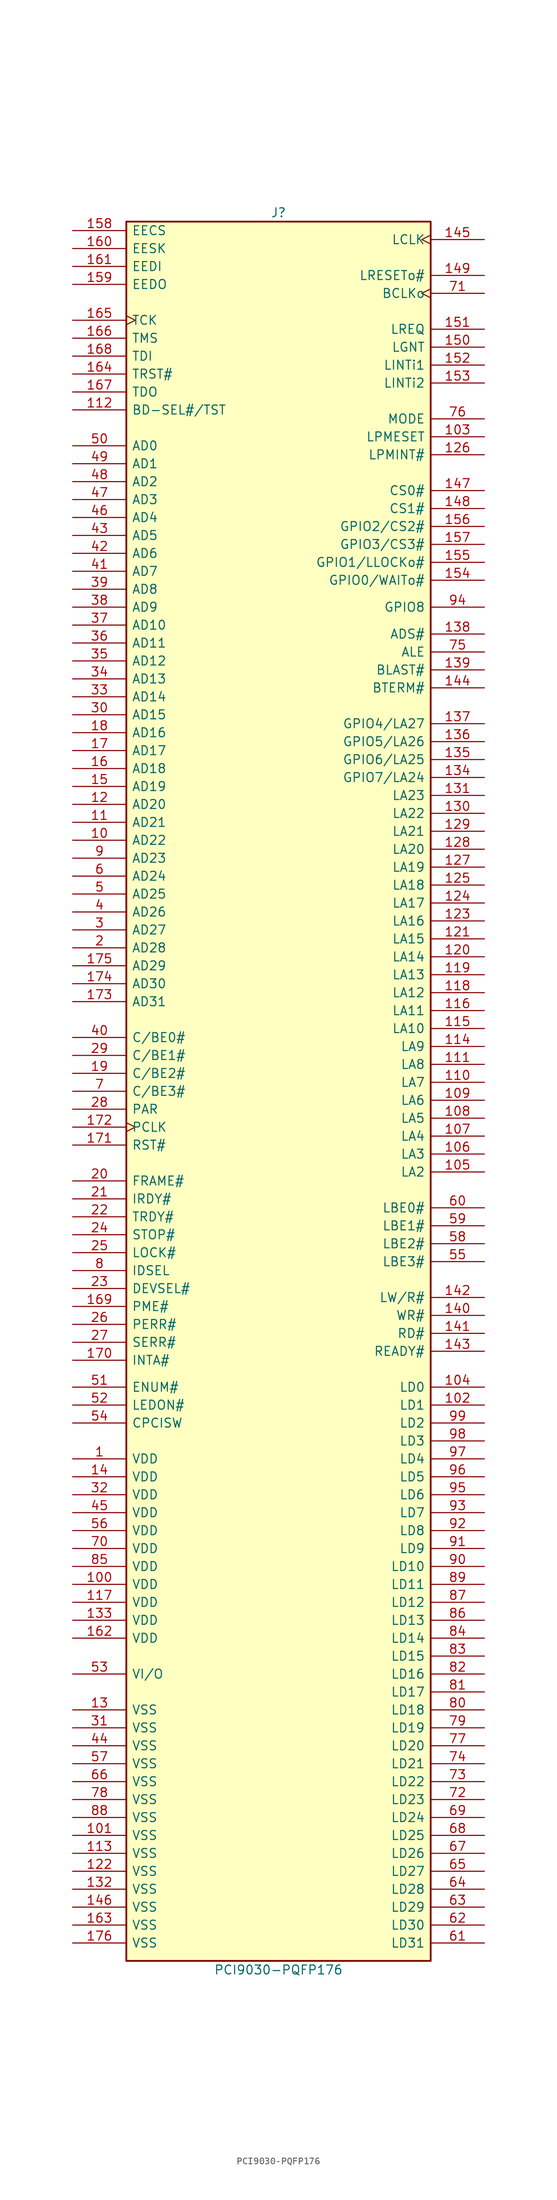
<source format=kicad_sym>
(kicad_symbol_lib
  (version 20211014)
  (generator kicad_symbol_editor)
  (symbol "PCI9030-PQFP176"
    (pin_names
      (offset 0.762))
    (property "Reference" "J"
      (at 0 124.46 0)
      (effects (font (size 1.27 1.27))))
    (property "Value" "PCI9030-PQFP176"
      (at 0 -124.46 0)
      (effects (font (size 1.27 1.27))))
    (symbol "PCI9030-PQFP176_0_1"
      (rectangle (start -21.59 123.19) (end 21.59 -123.19) (stroke (width 0.254) (type default) (color 0 0 0 0)) (fill (type background))))
    (symbol "PCI9030-PQFP176_1_1"
      (pin power_in line (at -29.21 -52.07 0) (length 7.62) (name "VDD" (effects (font (size 1.27 1.27)))) (number "1" (effects (font (size 1.27 1.27)))))
      (pin bidirectional line (at -29.21 35.56 0) (length 7.62) (name "AD22" (effects (font (size 1.27 1.27)))) (number "10" (effects (font (size 1.27 1.27)))))
      (pin power_in line (at -29.21 -69.85 0) (length 7.62) (name "VDD" (effects (font (size 1.27 1.27)))) (number "100" (effects (font (size 1.27 1.27)))))
      (pin power_in line (at -29.21 -105.41 0) (length 7.62) (name "VSS" (effects (font (size 1.27 1.27)))) (number "101" (effects (font (size 1.27 1.27)))))
      (pin bidirectional line (at 29.21 -44.45 180) (length 7.62) (name "LD1" (effects (font (size 1.27 1.27)))) (number "102" (effects (font (size 1.27 1.27)))))
      (pin input line (at 29.21 92.71 180) (length 7.62) (name "LPMESET" (effects (font (size 1.27 1.27)))) (number "103" (effects (font (size 1.27 1.27)))))
      (pin bidirectional line (at 29.21 -41.91 180) (length 7.62) (name "LD0" (effects (font (size 1.27 1.27)))) (number "104" (effects (font (size 1.27 1.27)))))
      (pin output line (at 29.21 -11.43 180) (length 7.62) (name "LA2" (effects (font (size 1.27 1.27)))) (number "105" (effects (font (size 1.27 1.27)))))
      (pin output line (at 29.21 -8.89 180) (length 7.62) (name "LA3" (effects (font (size 1.27 1.27)))) (number "106" (effects (font (size 1.27 1.27)))))
      (pin output line (at 29.21 -6.35 180) (length 7.62) (name "LA4" (effects (font (size 1.27 1.27)))) (number "107" (effects (font (size 1.27 1.27)))))
      (pin output line (at 29.21 -3.81 180) (length 7.62) (name "LA5" (effects (font (size 1.27 1.27)))) (number "108" (effects (font (size 1.27 1.27)))))
      (pin output line (at 29.21 -1.27 180) (length 7.62) (name "LA6" (effects (font (size 1.27 1.27)))) (number "109" (effects (font (size 1.27 1.27)))))
      (pin bidirectional line (at -29.21 38.1 0) (length 7.62) (name "AD21" (effects (font (size 1.27 1.27)))) (number "11" (effects (font (size 1.27 1.27)))))
      (pin output line (at 29.21 1.27 180) (length 7.62) (name "LA7" (effects (font (size 1.27 1.27)))) (number "110" (effects (font (size 1.27 1.27)))))
      (pin output line (at 29.21 3.81 180) (length 7.62) (name "LA8" (effects (font (size 1.27 1.27)))) (number "111" (effects (font (size 1.27 1.27)))))
      (pin input line (at -29.21 96.52 0) (length 7.62) (name "BD-SEL#/TST" (effects (font (size 1.27 1.27)))) (number "112" (effects (font (size 1.27 1.27)))))
      (pin power_in line (at -29.21 -107.95 0) (length 7.62) (name "VSS" (effects (font (size 1.27 1.27)))) (number "113" (effects (font (size 1.27 1.27)))))
      (pin output line (at 29.21 6.35 180) (length 7.62) (name "LA9" (effects (font (size 1.27 1.27)))) (number "114" (effects (font (size 1.27 1.27)))))
      (pin input line (at 29.21 8.89 180) (length 7.62) (name "LA10" (effects (font (size 1.27 1.27)))) (number "115" (effects (font (size 1.27 1.27)))))
      (pin output line (at 29.21 11.43 180) (length 7.62) (name "LA11" (effects (font (size 1.27 1.27)))) (number "116" (effects (font (size 1.27 1.27)))))
      (pin power_in line (at -29.21 -72.39 0) (length 7.62) (name "VDD" (effects (font (size 1.27 1.27)))) (number "117" (effects (font (size 1.27 1.27)))))
      (pin output line (at 29.21 13.97 180) (length 7.62) (name "LA12" (effects (font (size 1.27 1.27)))) (number "118" (effects (font (size 1.27 1.27)))))
      (pin output line (at 29.21 16.51 180) (length 7.62) (name "LA13" (effects (font (size 1.27 1.27)))) (number "119" (effects (font (size 1.27 1.27)))))
      (pin bidirectional line (at -29.21 40.64 0) (length 7.62) (name "AD20" (effects (font (size 1.27 1.27)))) (number "12" (effects (font (size 1.27 1.27)))))
      (pin output line (at 29.21 19.05 180) (length 7.62) (name "LA14" (effects (font (size 1.27 1.27)))) (number "120" (effects (font (size 1.27 1.27)))))
      (pin output line (at 29.21 21.59 180) (length 7.62) (name "LA15" (effects (font (size 1.27 1.27)))) (number "121" (effects (font (size 1.27 1.27)))))
      (pin power_in line (at -29.21 -110.49 0) (length 7.62) (name "VSS" (effects (font (size 1.27 1.27)))) (number "122" (effects (font (size 1.27 1.27)))))
      (pin output line (at 29.21 24.13 180) (length 7.62) (name "LA16" (effects (font (size 1.27 1.27)))) (number "123" (effects (font (size 1.27 1.27)))))
      (pin output line (at 29.21 26.67 180) (length 7.62) (name "LA17" (effects (font (size 1.27 1.27)))) (number "124" (effects (font (size 1.27 1.27)))))
      (pin output line (at 29.21 29.21 180) (length 7.62) (name "LA18" (effects (font (size 1.27 1.27)))) (number "125" (effects (font (size 1.27 1.27)))))
      (pin output line (at 29.21 90.17 180) (length 7.62) (name "LPMINT#" (effects (font (size 1.27 1.27)))) (number "126" (effects (font (size 1.27 1.27)))))
      (pin output line (at 29.21 31.75 180) (length 7.62) (name "LA19" (effects (font (size 1.27 1.27)))) (number "127" (effects (font (size 1.27 1.27)))))
      (pin output line (at 29.21 34.29 180) (length 7.62) (name "LA20" (effects (font (size 1.27 1.27)))) (number "128" (effects (font (size 1.27 1.27)))))
      (pin output line (at 29.21 36.83 180) (length 7.62) (name "LA21" (effects (font (size 1.27 1.27)))) (number "129" (effects (font (size 1.27 1.27)))))
      (pin power_in line (at -29.21 -87.63 0) (length 7.62) (name "VSS" (effects (font (size 1.27 1.27)))) (number "13" (effects (font (size 1.27 1.27)))))
      (pin output line (at 29.21 39.37 180) (length 7.62) (name "LA22" (effects (font (size 1.27 1.27)))) (number "130" (effects (font (size 1.27 1.27)))))
      (pin output line (at 29.21 41.91 180) (length 7.62) (name "LA23" (effects (font (size 1.27 1.27)))) (number "131" (effects (font (size 1.27 1.27)))))
      (pin power_in line (at -29.21 -113.03 0) (length 7.62) (name "VSS" (effects (font (size 1.27 1.27)))) (number "132" (effects (font (size 1.27 1.27)))))
      (pin power_in line (at -29.21 -74.93 0) (length 7.62) (name "VDD" (effects (font (size 1.27 1.27)))) (number "133" (effects (font (size 1.27 1.27)))))
      (pin bidirectional line (at 29.21 44.45 180) (length 7.62) (name "GPIO7/LA24" (effects (font (size 1.27 1.27)))) (number "134" (effects (font (size 1.27 1.27)))))
      (pin bidirectional line (at 29.21 46.99 180) (length 7.62) (name "GPIO6/LA25" (effects (font (size 1.27 1.27)))) (number "135" (effects (font (size 1.27 1.27)))))
      (pin bidirectional line (at 29.21 49.53 180) (length 7.62) (name "GPIO5/LA26" (effects (font (size 1.27 1.27)))) (number "136" (effects (font (size 1.27 1.27)))))
      (pin bidirectional line (at 29.21 52.07 180) (length 7.62) (name "GPIO4/LA27" (effects (font (size 1.27 1.27)))) (number "137" (effects (font (size 1.27 1.27)))))
      (pin output line (at 29.21 64.77 180) (length 7.62) (name "ADS#" (effects (font (size 1.27 1.27)))) (number "138" (effects (font (size 1.27 1.27)))))
      (pin output line (at 29.21 59.69 180) (length 7.62) (name "BLAST#" (effects (font (size 1.27 1.27)))) (number "139" (effects (font (size 1.27 1.27)))))
      (pin power_in line (at -29.21 -54.61 0) (length 7.62) (name "VDD" (effects (font (size 1.27 1.27)))) (number "14" (effects (font (size 1.27 1.27)))))
      (pin output line (at 29.21 -31.75 180) (length 7.62) (name "WR#" (effects (font (size 1.27 1.27)))) (number "140" (effects (font (size 1.27 1.27)))))
      (pin output line (at 29.21 -34.29 180) (length 7.62) (name "RD#" (effects (font (size 1.27 1.27)))) (number "141" (effects (font (size 1.27 1.27)))))
      (pin output line (at 29.21 -29.21 180) (length 7.62) (name "LW/R#" (effects (font (size 1.27 1.27)))) (number "142" (effects (font (size 1.27 1.27)))))
      (pin input line (at 29.21 -36.83 180) (length 7.62) (name "READY#" (effects (font (size 1.27 1.27)))) (number "143" (effects (font (size 1.27 1.27)))))
      (pin input line (at 29.21 57.15 180) (length 7.62) (name "BTERM#" (effects (font (size 1.27 1.27)))) (number "144" (effects (font (size 1.27 1.27)))))
      (pin input clock (at 29.21 120.65 180) (length 7.62) (name "LCLK" (effects (font (size 1.27 1.27)))) (number "145" (effects (font (size 1.27 1.27)))))
      (pin power_in line (at -29.21 -115.57 0) (length 7.62) (name "VSS" (effects (font (size 1.27 1.27)))) (number "146" (effects (font (size 1.27 1.27)))))
      (pin output line (at 29.21 85.09 180) (length 7.62) (name "CS0#" (effects (font (size 1.27 1.27)))) (number "147" (effects (font (size 1.27 1.27)))))
      (pin output line (at 29.21 82.55 180) (length 7.62) (name "CS1#" (effects (font (size 1.27 1.27)))) (number "148" (effects (font (size 1.27 1.27)))))
      (pin output line (at 29.21 115.57 180) (length 7.62) (name "LRESETo#" (effects (font (size 1.27 1.27)))) (number "149" (effects (font (size 1.27 1.27)))))
      (pin bidirectional line (at -29.21 43.18 0) (length 7.62) (name "AD19" (effects (font (size 1.27 1.27)))) (number "15" (effects (font (size 1.27 1.27)))))
      (pin output line (at 29.21 105.41 180) (length 7.62) (name "LGNT" (effects (font (size 1.27 1.27)))) (number "150" (effects (font (size 1.27 1.27)))))
      (pin input line (at 29.21 107.95 180) (length 7.62) (name "LREQ" (effects (font (size 1.27 1.27)))) (number "151" (effects (font (size 1.27 1.27)))))
      (pin input line (at 29.21 102.87 180) (length 7.62) (name "LINTi1" (effects (font (size 1.27 1.27)))) (number "152" (effects (font (size 1.27 1.27)))))
      (pin input line (at 29.21 100.33 180) (length 7.62) (name "LINTi2" (effects (font (size 1.27 1.27)))) (number "153" (effects (font (size 1.27 1.27)))))
      (pin bidirectional line (at 29.21 72.39 180) (length 7.62) (name "GPIO0/WAITo#" (effects (font (size 1.27 1.27)))) (number "154" (effects (font (size 1.27 1.27)))))
      (pin bidirectional line (at 29.21 74.93 180) (length 7.62) (name "GPIO1/LLOCKo#" (effects (font (size 1.27 1.27)))) (number "155" (effects (font (size 1.27 1.27)))))
      (pin bidirectional line (at 29.21 80.01 180) (length 7.62) (name "GPIO2/CS2#" (effects (font (size 1.27 1.27)))) (number "156" (effects (font (size 1.27 1.27)))))
      (pin bidirectional line (at 29.21 77.47 180) (length 7.62) (name "GPIO3/CS3#" (effects (font (size 1.27 1.27)))) (number "157" (effects (font (size 1.27 1.27)))))
      (pin output line (at -29.21 121.92 0) (length 7.62) (name "EECS" (effects (font (size 1.27 1.27)))) (number "158" (effects (font (size 1.27 1.27)))))
      (pin input line (at -29.21 114.3 0) (length 7.62) (name "EEDO" (effects (font (size 1.27 1.27)))) (number "159" (effects (font (size 1.27 1.27)))))
      (pin bidirectional line (at -29.21 45.72 0) (length 7.62) (name "AD18" (effects (font (size 1.27 1.27)))) (number "16" (effects (font (size 1.27 1.27)))))
      (pin output line (at -29.21 119.38 0) (length 7.62) (name "EESK" (effects (font (size 1.27 1.27)))) (number "160" (effects (font (size 1.27 1.27)))))
      (pin output line (at -29.21 116.84 0) (length 7.62) (name "EEDI" (effects (font (size 1.27 1.27)))) (number "161" (effects (font (size 1.27 1.27)))))
      (pin power_in line (at -29.21 -77.47 0) (length 7.62) (name "VDD" (effects (font (size 1.27 1.27)))) (number "162" (effects (font (size 1.27 1.27)))))
      (pin power_in line (at -29.21 -118.11 0) (length 7.62) (name "VSS" (effects (font (size 1.27 1.27)))) (number "163" (effects (font (size 1.27 1.27)))))
      (pin input line (at -29.21 101.6 0) (length 7.62) (name "TRST#" (effects (font (size 1.27 1.27)))) (number "164" (effects (font (size 1.27 1.27)))))
      (pin input clock (at -29.21 109.22 0) (length 7.62) (name "TCK" (effects (font (size 1.27 1.27)))) (number "165" (effects (font (size 1.27 1.27)))))
      (pin input line (at -29.21 106.68 0) (length 7.62) (name "TMS" (effects (font (size 1.27 1.27)))) (number "166" (effects (font (size 1.27 1.27)))))
      (pin output line (at -29.21 99.06 0) (length 7.62) (name "TDO" (effects (font (size 1.27 1.27)))) (number "167" (effects (font (size 1.27 1.27)))))
      (pin input line (at -29.21 104.14 0) (length 7.62) (name "TDI" (effects (font (size 1.27 1.27)))) (number "168" (effects (font (size 1.27 1.27)))))
      (pin output line (at -29.21 -30.48 0) (length 7.62) (name "PME#" (effects (font (size 1.27 1.27)))) (number "169" (effects (font (size 1.27 1.27)))))
      (pin bidirectional line (at -29.21 48.26 0) (length 7.62) (name "AD17" (effects (font (size 1.27 1.27)))) (number "17" (effects (font (size 1.27 1.27)))))
      (pin output line (at -29.21 -38.1 0) (length 7.62) (name "INTA#" (effects (font (size 1.27 1.27)))) (number "170" (effects (font (size 1.27 1.27)))))
      (pin input line (at -29.21 -7.62 0) (length 7.62) (name "RST#" (effects (font (size 1.27 1.27)))) (number "171" (effects (font (size 1.27 1.27)))))
      (pin input clock (at -29.21 -5.08 0) (length 7.62) (name "PCLK" (effects (font (size 1.27 1.27)))) (number "172" (effects (font (size 1.27 1.27)))))
      (pin bidirectional line (at -29.21 12.7 0) (length 7.62) (name "AD31" (effects (font (size 1.27 1.27)))) (number "173" (effects (font (size 1.27 1.27)))))
      (pin bidirectional line (at -29.21 15.24 0) (length 7.62) (name "AD30" (effects (font (size 1.27 1.27)))) (number "174" (effects (font (size 1.27 1.27)))))
      (pin bidirectional line (at -29.21 17.78 0) (length 7.62) (name "AD29" (effects (font (size 1.27 1.27)))) (number "175" (effects (font (size 1.27 1.27)))))
      (pin power_in line (at -29.21 -120.65 0) (length 7.62) (name "VSS" (effects (font (size 1.27 1.27)))) (number "176" (effects (font (size 1.27 1.27)))))
      (pin bidirectional line (at -29.21 50.8 0) (length 7.62) (name "AD16" (effects (font (size 1.27 1.27)))) (number "18" (effects (font (size 1.27 1.27)))))
      (pin bidirectional line (at -29.21 2.54 0) (length 7.62) (name "C/BE2#" (effects (font (size 1.27 1.27)))) (number "19" (effects (font (size 1.27 1.27)))))
      (pin bidirectional line (at -29.21 20.32 0) (length 7.62) (name "AD28" (effects (font (size 1.27 1.27)))) (number "2" (effects (font (size 1.27 1.27)))))
      (pin bidirectional line (at -29.21 -12.7 0) (length 7.62) (name "FRAME#" (effects (font (size 1.27 1.27)))) (number "20" (effects (font (size 1.27 1.27)))))
      (pin bidirectional line (at -29.21 -15.24 0) (length 7.62) (name "IRDY#" (effects (font (size 1.27 1.27)))) (number "21" (effects (font (size 1.27 1.27)))))
      (pin bidirectional line (at -29.21 -17.78 0) (length 7.62) (name "TRDY#" (effects (font (size 1.27 1.27)))) (number "22" (effects (font (size 1.27 1.27)))))
      (pin bidirectional line (at -29.21 -27.94 0) (length 7.62) (name "DEVSEL#" (effects (font (size 1.27 1.27)))) (number "23" (effects (font (size 1.27 1.27)))))
      (pin bidirectional line (at -29.21 -20.32 0) (length 7.62) (name "STOP#" (effects (font (size 1.27 1.27)))) (number "24" (effects (font (size 1.27 1.27)))))
      (pin input line (at -29.21 -22.86 0) (length 7.62) (name "LOCK#" (effects (font (size 1.27 1.27)))) (number "25" (effects (font (size 1.27 1.27)))))
      (pin output line (at -29.21 -33.02 0) (length 7.62) (name "PERR#" (effects (font (size 1.27 1.27)))) (number "26" (effects (font (size 1.27 1.27)))))
      (pin output line (at -29.21 -35.56 0) (length 7.62) (name "SERR#" (effects (font (size 1.27 1.27)))) (number "27" (effects (font (size 1.27 1.27)))))
      (pin bidirectional line (at -29.21 -2.54 0) (length 7.62) (name "PAR" (effects (font (size 1.27 1.27)))) (number "28" (effects (font (size 1.27 1.27)))))
      (pin bidirectional line (at -29.21 5.08 0) (length 7.62) (name "C/BE1#" (effects (font (size 1.27 1.27)))) (number "29" (effects (font (size 1.27 1.27)))))
      (pin bidirectional line (at -29.21 22.86 0) (length 7.62) (name "AD27" (effects (font (size 1.27 1.27)))) (number "3" (effects (font (size 1.27 1.27)))))
      (pin bidirectional line (at -29.21 53.34 0) (length 7.62) (name "AD15" (effects (font (size 1.27 1.27)))) (number "30" (effects (font (size 1.27 1.27)))))
      (pin power_in line (at -29.21 -90.17 0) (length 7.62) (name "VSS" (effects (font (size 1.27 1.27)))) (number "31" (effects (font (size 1.27 1.27)))))
      (pin power_in line (at -29.21 -57.15 0) (length 7.62) (name "VDD" (effects (font (size 1.27 1.27)))) (number "32" (effects (font (size 1.27 1.27)))))
      (pin bidirectional line (at -29.21 55.88 0) (length 7.62) (name "AD14" (effects (font (size 1.27 1.27)))) (number "33" (effects (font (size 1.27 1.27)))))
      (pin bidirectional line (at -29.21 58.42 0) (length 7.62) (name "AD13" (effects (font (size 1.27 1.27)))) (number "34" (effects (font (size 1.27 1.27)))))
      (pin bidirectional line (at -29.21 60.96 0) (length 7.62) (name "AD12" (effects (font (size 1.27 1.27)))) (number "35" (effects (font (size 1.27 1.27)))))
      (pin bidirectional line (at -29.21 63.5 0) (length 7.62) (name "AD11" (effects (font (size 1.27 1.27)))) (number "36" (effects (font (size 1.27 1.27)))))
      (pin bidirectional line (at -29.21 66.04 0) (length 7.62) (name "AD10" (effects (font (size 1.27 1.27)))) (number "37" (effects (font (size 1.27 1.27)))))
      (pin bidirectional line (at -29.21 68.58 0) (length 7.62) (name "AD9" (effects (font (size 1.27 1.27)))) (number "38" (effects (font (size 1.27 1.27)))))
      (pin bidirectional line (at -29.21 71.12 0) (length 7.62) (name "AD8" (effects (font (size 1.27 1.27)))) (number "39" (effects (font (size 1.27 1.27)))))
      (pin bidirectional line (at -29.21 25.4 0) (length 7.62) (name "AD26" (effects (font (size 1.27 1.27)))) (number "4" (effects (font (size 1.27 1.27)))))
      (pin bidirectional line (at -29.21 7.62 0) (length 7.62) (name "C/BE0#" (effects (font (size 1.27 1.27)))) (number "40" (effects (font (size 1.27 1.27)))))
      (pin bidirectional line (at -29.21 73.66 0) (length 7.62) (name "AD7" (effects (font (size 1.27 1.27)))) (number "41" (effects (font (size 1.27 1.27)))))
      (pin bidirectional line (at -29.21 76.2 0) (length 7.62) (name "AD6" (effects (font (size 1.27 1.27)))) (number "42" (effects (font (size 1.27 1.27)))))
      (pin bidirectional line (at -29.21 78.74 0) (length 7.62) (name "AD5" (effects (font (size 1.27 1.27)))) (number "43" (effects (font (size 1.27 1.27)))))
      (pin power_in line (at -29.21 -92.71 0) (length 7.62) (name "VSS" (effects (font (size 1.27 1.27)))) (number "44" (effects (font (size 1.27 1.27)))))
      (pin power_in line (at -29.21 -59.69 0) (length 7.62) (name "VDD" (effects (font (size 1.27 1.27)))) (number "45" (effects (font (size 1.27 1.27)))))
      (pin bidirectional line (at -29.21 81.28 0) (length 7.62) (name "AD4" (effects (font (size 1.27 1.27)))) (number "46" (effects (font (size 1.27 1.27)))))
      (pin bidirectional line (at -29.21 83.82 0) (length 7.62) (name "AD3" (effects (font (size 1.27 1.27)))) (number "47" (effects (font (size 1.27 1.27)))))
      (pin bidirectional line (at -29.21 86.36 0) (length 7.62) (name "AD2" (effects (font (size 1.27 1.27)))) (number "48" (effects (font (size 1.27 1.27)))))
      (pin bidirectional line (at -29.21 88.9 0) (length 7.62) (name "AD1" (effects (font (size 1.27 1.27)))) (number "49" (effects (font (size 1.27 1.27)))))
      (pin bidirectional line (at -29.21 27.94 0) (length 7.62) (name "AD25" (effects (font (size 1.27 1.27)))) (number "5" (effects (font (size 1.27 1.27)))))
      (pin bidirectional line (at -29.21 91.44 0) (length 7.62) (name "AD0" (effects (font (size 1.27 1.27)))) (number "50" (effects (font (size 1.27 1.27)))))
      (pin output line (at -29.21 -41.91 0) (length 7.62) (name "ENUM#" (effects (font (size 1.27 1.27)))) (number "51" (effects (font (size 1.27 1.27)))))
      (pin output line (at -29.21 -44.45 0) (length 7.62) (name "LEDON#" (effects (font (size 1.27 1.27)))) (number "52" (effects (font (size 1.27 1.27)))))
      (pin power_in line (at -29.21 -82.55 0) (length 7.62) (name "VI/O" (effects (font (size 1.27 1.27)))) (number "53" (effects (font (size 1.27 1.27)))))
      (pin input line (at -29.21 -46.99 0) (length 7.62) (name "CPCISW" (effects (font (size 1.27 1.27)))) (number "54" (effects (font (size 1.27 1.27)))))
      (pin output line (at 29.21 -24.13 180) (length 7.62) (name "LBE3#" (effects (font (size 1.27 1.27)))) (number "55" (effects (font (size 1.27 1.27)))))
      (pin power_in line (at -29.21 -62.23 0) (length 7.62) (name "VDD" (effects (font (size 1.27 1.27)))) (number "56" (effects (font (size 1.27 1.27)))))
      (pin power_in line (at -29.21 -95.25 0) (length 7.62) (name "VSS" (effects (font (size 1.27 1.27)))) (number "57" (effects (font (size 1.27 1.27)))))
      (pin output line (at 29.21 -21.59 180) (length 7.62) (name "LBE2#" (effects (font (size 1.27 1.27)))) (number "58" (effects (font (size 1.27 1.27)))))
      (pin output line (at 29.21 -19.05 180) (length 7.62) (name "LBE1#" (effects (font (size 1.27 1.27)))) (number "59" (effects (font (size 1.27 1.27)))))
      (pin bidirectional line (at -29.21 30.48 0) (length 7.62) (name "AD24" (effects (font (size 1.27 1.27)))) (number "6" (effects (font (size 1.27 1.27)))))
      (pin output line (at 29.21 -16.51 180) (length 7.62) (name "LBE0#" (effects (font (size 1.27 1.27)))) (number "60" (effects (font (size 1.27 1.27)))))
      (pin bidirectional line (at 29.21 -120.65 180) (length 7.62) (name "LD31" (effects (font (size 1.27 1.27)))) (number "61" (effects (font (size 1.27 1.27)))))
      (pin bidirectional line (at 29.21 -118.11 180) (length 7.62) (name "LD30" (effects (font (size 1.27 1.27)))) (number "62" (effects (font (size 1.27 1.27)))))
      (pin bidirectional line (at 29.21 -115.57 180) (length 7.62) (name "LD29" (effects (font (size 1.27 1.27)))) (number "63" (effects (font (size 1.27 1.27)))))
      (pin bidirectional line (at 29.21 -113.03 180) (length 7.62) (name "LD28" (effects (font (size 1.27 1.27)))) (number "64" (effects (font (size 1.27 1.27)))))
      (pin bidirectional line (at 29.21 -110.49 180) (length 7.62) (name "LD27" (effects (font (size 1.27 1.27)))) (number "65" (effects (font (size 1.27 1.27)))))
      (pin power_in line (at -29.21 -97.79 0) (length 7.62) (name "VSS" (effects (font (size 1.27 1.27)))) (number "66" (effects (font (size 1.27 1.27)))))
      (pin bidirectional line (at 29.21 -107.95 180) (length 7.62) (name "LD26" (effects (font (size 1.27 1.27)))) (number "67" (effects (font (size 1.27 1.27)))))
      (pin bidirectional line (at 29.21 -105.41 180) (length 7.62) (name "LD25" (effects (font (size 1.27 1.27)))) (number "68" (effects (font (size 1.27 1.27)))))
      (pin bidirectional line (at 29.21 -102.87 180) (length 7.62) (name "LD24" (effects (font (size 1.27 1.27)))) (number "69" (effects (font (size 1.27 1.27)))))
      (pin bidirectional line (at -29.21 0 0) (length 7.62) (name "C/BE3#" (effects (font (size 1.27 1.27)))) (number "7" (effects (font (size 1.27 1.27)))))
      (pin power_in line (at -29.21 -64.77 0) (length 7.62) (name "VDD" (effects (font (size 1.27 1.27)))) (number "70" (effects (font (size 1.27 1.27)))))
      (pin output clock (at 29.21 113.03 180) (length 7.62) (name "BCLKo" (effects (font (size 1.27 1.27)))) (number "71" (effects (font (size 1.27 1.27)))))
      (pin bidirectional line (at 29.21 -100.33 180) (length 7.62) (name "LD23" (effects (font (size 1.27 1.27)))) (number "72" (effects (font (size 1.27 1.27)))))
      (pin bidirectional line (at 29.21 -97.79 180) (length 7.62) (name "LD22" (effects (font (size 1.27 1.27)))) (number "73" (effects (font (size 1.27 1.27)))))
      (pin bidirectional line (at 29.21 -95.25 180) (length 7.62) (name "LD21" (effects (font (size 1.27 1.27)))) (number "74" (effects (font (size 1.27 1.27)))))
      (pin output line (at 29.21 62.23 180) (length 7.62) (name "ALE" (effects (font (size 1.27 1.27)))) (number "75" (effects (font (size 1.27 1.27)))))
      (pin input line (at 29.21 95.25 180) (length 7.62) (name "MODE" (effects (font (size 1.27 1.27)))) (number "76" (effects (font (size 1.27 1.27)))))
      (pin bidirectional line (at 29.21 -92.71 180) (length 7.62) (name "LD20" (effects (font (size 1.27 1.27)))) (number "77" (effects (font (size 1.27 1.27)))))
      (pin power_in line (at -29.21 -100.33 0) (length 7.62) (name "VSS" (effects (font (size 1.27 1.27)))) (number "78" (effects (font (size 1.27 1.27)))))
      (pin bidirectional line (at 29.21 -90.17 180) (length 7.62) (name "LD19" (effects (font (size 1.27 1.27)))) (number "79" (effects (font (size 1.27 1.27)))))
      (pin input line (at -29.21 -25.4 0) (length 7.62) (name "IDSEL" (effects (font (size 1.27 1.27)))) (number "8" (effects (font (size 1.27 1.27)))))
      (pin bidirectional line (at 29.21 -87.63 180) (length 7.62) (name "LD18" (effects (font (size 1.27 1.27)))) (number "80" (effects (font (size 1.27 1.27)))))
      (pin bidirectional line (at 29.21 -85.09 180) (length 7.62) (name "LD17" (effects (font (size 1.27 1.27)))) (number "81" (effects (font (size 1.27 1.27)))))
      (pin bidirectional line (at 29.21 -82.55 180) (length 7.62) (name "LD16" (effects (font (size 1.27 1.27)))) (number "82" (effects (font (size 1.27 1.27)))))
      (pin bidirectional line (at 29.21 -80.01 180) (length 7.62) (name "LD15" (effects (font (size 1.27 1.27)))) (number "83" (effects (font (size 1.27 1.27)))))
      (pin bidirectional line (at 29.21 -77.47 180) (length 7.62) (name "LD14" (effects (font (size 1.27 1.27)))) (number "84" (effects (font (size 1.27 1.27)))))
      (pin power_in line (at -29.21 -67.31 0) (length 7.62) (name "VDD" (effects (font (size 1.27 1.27)))) (number "85" (effects (font (size 1.27 1.27)))))
      (pin bidirectional line (at 29.21 -74.93 180) (length 7.62) (name "LD13" (effects (font (size 1.27 1.27)))) (number "86" (effects (font (size 1.27 1.27)))))
      (pin bidirectional line (at 29.21 -72.39 180) (length 7.62) (name "LD12" (effects (font (size 1.27 1.27)))) (number "87" (effects (font (size 1.27 1.27)))))
      (pin power_in line (at -29.21 -102.87 0) (length 7.62) (name "VSS" (effects (font (size 1.27 1.27)))) (number "88" (effects (font (size 1.27 1.27)))))
      (pin bidirectional line (at 29.21 -69.85 180) (length 7.62) (name "LD11" (effects (font (size 1.27 1.27)))) (number "89" (effects (font (size 1.27 1.27)))))
      (pin bidirectional line (at -29.21 33.02 0) (length 7.62) (name "AD23" (effects (font (size 1.27 1.27)))) (number "9" (effects (font (size 1.27 1.27)))))
      (pin bidirectional line (at 29.21 -67.31 180) (length 7.62) (name "LD10" (effects (font (size 1.27 1.27)))) (number "90" (effects (font (size 1.27 1.27)))))
      (pin bidirectional line (at 29.21 -64.77 180) (length 7.62) (name "LD9" (effects (font (size 1.27 1.27)))) (number "91" (effects (font (size 1.27 1.27)))))
      (pin bidirectional line (at 29.21 -62.23 180) (length 7.62) (name "LD8" (effects (font (size 1.27 1.27)))) (number "92" (effects (font (size 1.27 1.27)))))
      (pin bidirectional line (at 29.21 -59.69 180) (length 7.62) (name "LD7" (effects (font (size 1.27 1.27)))) (number "93" (effects (font (size 1.27 1.27)))))
      (pin bidirectional line (at 29.21 68.58 180) (length 7.62) (name "GPIO8" (effects (font (size 1.27 1.27)))) (number "94" (effects (font (size 1.27 1.27)))))
      (pin bidirectional line (at 29.21 -57.15 180) (length 7.62) (name "LD6" (effects (font (size 1.27 1.27)))) (number "95" (effects (font (size 1.27 1.27)))))
      (pin bidirectional line (at 29.21 -54.61 180) (length 7.62) (name "LD5" (effects (font (size 1.27 1.27)))) (number "96" (effects (font (size 1.27 1.27)))))
      (pin bidirectional line (at 29.21 -52.07 180) (length 7.62) (name "LD4" (effects (font (size 1.27 1.27)))) (number "97" (effects (font (size 1.27 1.27)))))
      (pin bidirectional line (at 29.21 -49.53 180) (length 7.62) (name "LD3" (effects (font (size 1.27 1.27)))) (number "98" (effects (font (size 1.27 1.27)))))
      (pin bidirectional line (at 29.21 -46.99 180) (length 7.62) (name "LD2" (effects (font (size 1.27 1.27)))) (number "99" (effects (font (size 1.27 1.27))))))))
</source>
